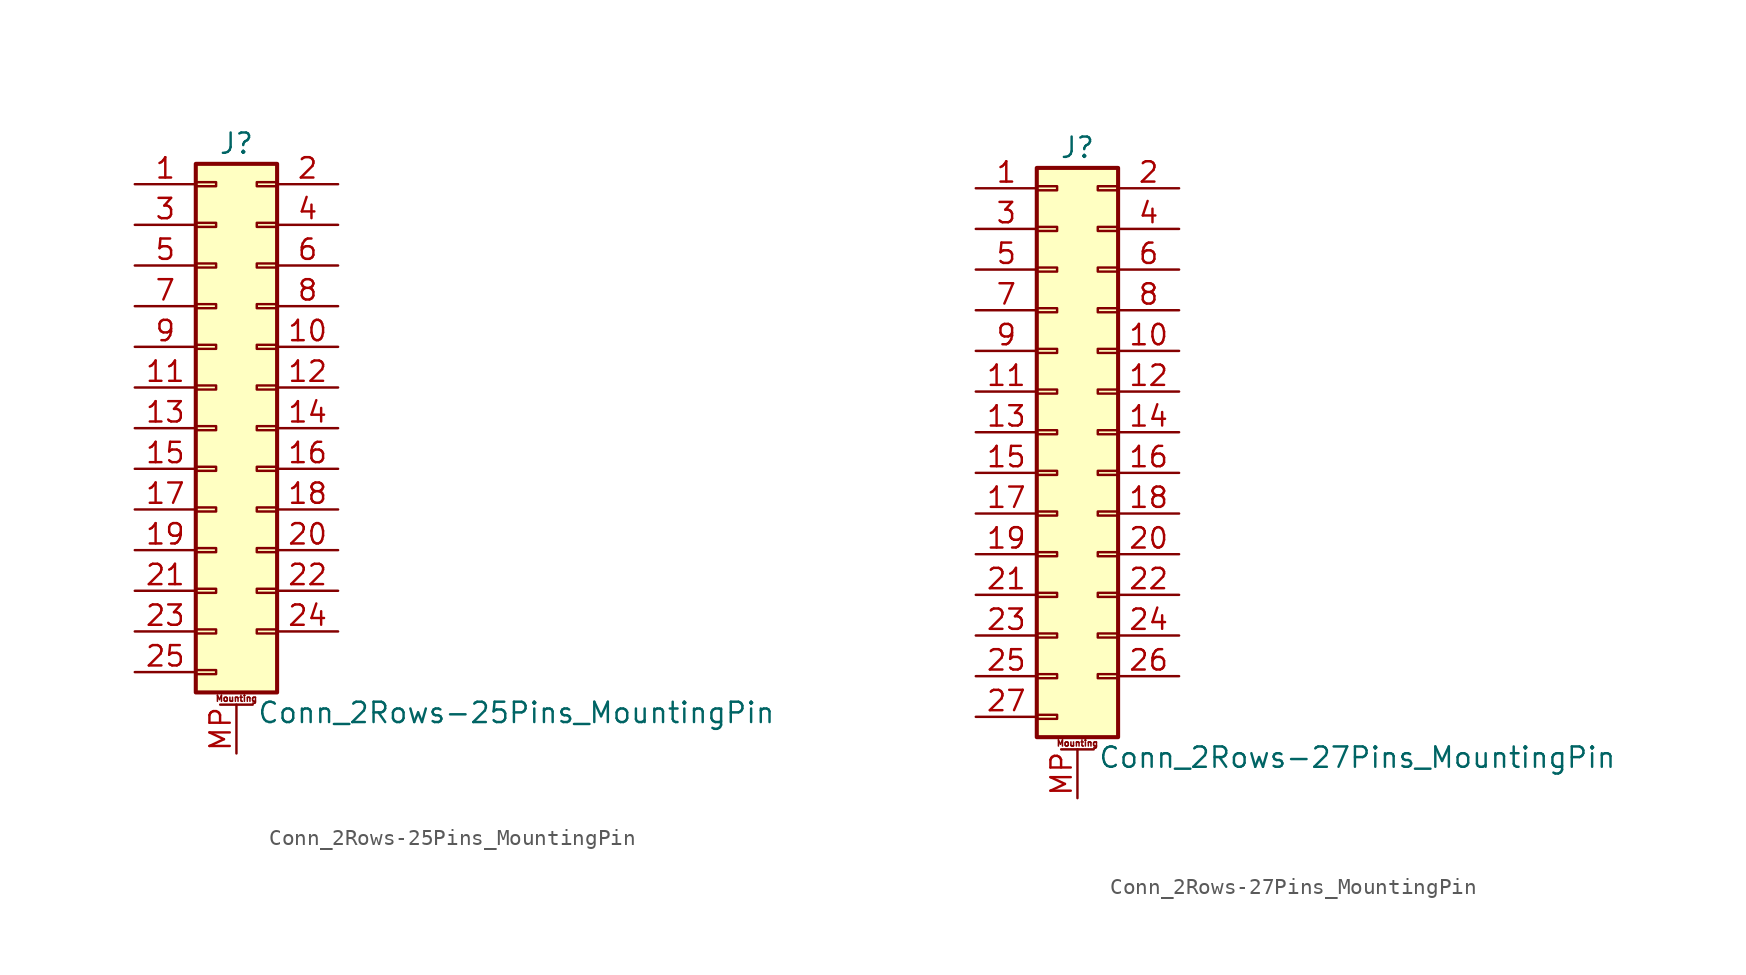
<source format=kicad_sym>
(kicad_symbol_lib
  (version 20201005)
  (generator kicad_symbol_editor)
  (symbol "Connector_Generic_MountingPin:Conn_2Rows-25Pins_MountingPin"
    (pin_names
      (offset 1.016) hide)
    (property "Reference" "J"
      (at 1.27 17.78 0)
      (effects (font (size 1.27 1.27))))
    (property "Value" "Conn_2Rows-25Pins_MountingPin"
      (at 2.54 -17.78 0)
      (effects (font (size 1.27 1.27)) (justify left)))
    (symbol "Conn_2Rows-25Pins_MountingPin_1_1"
      (text "Mounting" (at 1.27 -16.891 0) (effects (font (size 0.381 0.381))))
      (rectangle (start -1.27 -4.953) (end 0 -5.207) (stroke (width 0.152)) (fill (type none)))
      (rectangle (start -1.27 -7.493) (end 0 -7.747) (stroke (width 0.152)) (fill (type none)))
      (rectangle (start -1.27 -10.033) (end 0 -10.287) (stroke (width 0.152)) (fill (type none)))
      (rectangle (start -1.27 -12.573) (end 0 -12.827) (stroke (width 0.152)) (fill (type none)))
      (rectangle (start -1.27 -15.113) (end 0 -15.367) (stroke (width 0.152)) (fill (type none)))
      (rectangle (start -1.27 -2.413) (end 0 -2.667) (stroke (width 0.152)) (fill (type none)))
      (rectangle (start -1.27 2.667) (end 0 2.413) (stroke (width 0.152)) (fill (type none)))
      (rectangle (start -1.27 5.207) (end 0 4.953) (stroke (width 0.152)) (fill (type none)))
      (rectangle (start -1.27 7.747) (end 0 7.493) (stroke (width 0.152)) (fill (type none)))
      (rectangle (start -1.27 10.287) (end 0 10.033) (stroke (width 0.152)) (fill (type none)))
      (rectangle (start -1.27 0.127) (end 0 -0.127) (stroke (width 0.152)) (fill (type none)))
      (rectangle (start -1.27 12.827) (end 0 12.573) (stroke (width 0.152)) (fill (type none)))
      (rectangle (start -1.27 15.367) (end 0 15.113) (stroke (width 0.152)) (fill (type none)))
      (rectangle (start -1.27 16.51) (end 3.81 -16.51) (stroke (width 0.254)) (fill (type background)))
      (rectangle (start 3.81 -4.953) (end 2.54 -5.207) (stroke (width 0.152)) (fill (type none)))
      (rectangle (start 3.81 -7.493) (end 2.54 -7.747) (stroke (width 0.152)) (fill (type none)))
      (rectangle (start 3.81 -10.033) (end 2.54 -10.287) (stroke (width 0.152)) (fill (type none)))
      (rectangle (start 3.81 -12.573) (end 2.54 -12.827) (stroke (width 0.152)) (fill (type none)))
      (rectangle (start 3.81 -2.413) (end 2.54 -2.667) (stroke (width 0.152)) (fill (type none)))
      (rectangle (start 3.81 2.667) (end 2.54 2.413) (stroke (width 0.152)) (fill (type none)))
      (rectangle (start 3.81 5.207) (end 2.54 4.953) (stroke (width 0.152)) (fill (type none)))
      (rectangle (start 3.81 7.747) (end 2.54 7.493) (stroke (width 0.152)) (fill (type none)))
      (rectangle (start 3.81 10.287) (end 2.54 10.033) (stroke (width 0.152)) (fill (type none)))
      (rectangle (start 3.81 0.127) (end 2.54 -0.127) (stroke (width 0.152)) (fill (type none)))
      (rectangle (start 3.81 12.827) (end 2.54 12.573) (stroke (width 0.152)) (fill (type none)))
      (rectangle (start 3.81 15.367) (end 2.54 15.113) (stroke (width 0.152)) (fill (type none)))
      (polyline (pts (xy 0.254 -17.272) (xy 2.286 -17.272)) (stroke (width 0.152)) (fill (type none)))
      (pin passive line (at 1.27 -20.32 90) (length 3.048) (name "MountPin" (effects (font (size 1.27 1.27)))) (number "MP" (effects (font (size 1.27 1.27)))))
      (pin passive line (at -5.08 15.24 0) (length 3.81) (name "Pin_1" (effects (font (size 1.27 1.27)))) (number "1" (effects (font (size 1.27 1.27)))))
      (pin passive line (at 7.62 5.08 180) (length 3.81) (name "Pin_10" (effects (font (size 1.27 1.27)))) (number "10" (effects (font (size 1.27 1.27)))))
      (pin passive line (at -5.08 2.54 0) (length 3.81) (name "Pin_11" (effects (font (size 1.27 1.27)))) (number "11" (effects (font (size 1.27 1.27)))))
      (pin passive line (at 7.62 2.54 180) (length 3.81) (name "Pin_12" (effects (font (size 1.27 1.27)))) (number "12" (effects (font (size 1.27 1.27)))))
      (pin passive line (at -5.08 0 0) (length 3.81) (name "Pin_13" (effects (font (size 1.27 1.27)))) (number "13" (effects (font (size 1.27 1.27)))))
      (pin passive line (at 7.62 0 180) (length 3.81) (name "Pin_14" (effects (font (size 1.27 1.27)))) (number "14" (effects (font (size 1.27 1.27)))))
      (pin passive line (at -5.08 -2.54 0) (length 3.81) (name "Pin_15" (effects (font (size 1.27 1.27)))) (number "15" (effects (font (size 1.27 1.27)))))
      (pin passive line (at 7.62 -2.54 180) (length 3.81) (name "Pin_16" (effects (font (size 1.27 1.27)))) (number "16" (effects (font (size 1.27 1.27)))))
      (pin passive line (at -5.08 -5.08 0) (length 3.81) (name "Pin_17" (effects (font (size 1.27 1.27)))) (number "17" (effects (font (size 1.27 1.27)))))
      (pin passive line (at 7.62 -5.08 180) (length 3.81) (name "Pin_18" (effects (font (size 1.27 1.27)))) (number "18" (effects (font (size 1.27 1.27)))))
      (pin passive line (at -5.08 -7.62 0) (length 3.81) (name "Pin_19" (effects (font (size 1.27 1.27)))) (number "19" (effects (font (size 1.27 1.27)))))
      (pin passive line (at 7.62 15.24 180) (length 3.81) (name "Pin_2" (effects (font (size 1.27 1.27)))) (number "2" (effects (font (size 1.27 1.27)))))
      (pin passive line (at 7.62 -7.62 180) (length 3.81) (name "Pin_20" (effects (font (size 1.27 1.27)))) (number "20" (effects (font (size 1.27 1.27)))))
      (pin passive line (at -5.08 -10.16 0) (length 3.81) (name "Pin_21" (effects (font (size 1.27 1.27)))) (number "21" (effects (font (size 1.27 1.27)))))
      (pin passive line (at 7.62 -10.16 180) (length 3.81) (name "Pin_22" (effects (font (size 1.27 1.27)))) (number "22" (effects (font (size 1.27 1.27)))))
      (pin passive line (at -5.08 -12.7 0) (length 3.81) (name "Pin_23" (effects (font (size 1.27 1.27)))) (number "23" (effects (font (size 1.27 1.27)))))
      (pin passive line (at 7.62 -12.7 180) (length 3.81) (name "Pin_24" (effects (font (size 1.27 1.27)))) (number "24" (effects (font (size 1.27 1.27)))))
      (pin passive line (at -5.08 -15.24 0) (length 3.81) (name "Pin_25" (effects (font (size 1.27 1.27)))) (number "25" (effects (font (size 1.27 1.27)))))
      (pin passive line (at -5.08 12.7 0) (length 3.81) (name "Pin_3" (effects (font (size 1.27 1.27)))) (number "3" (effects (font (size 1.27 1.27)))))
      (pin passive line (at 7.62 12.7 180) (length 3.81) (name "Pin_4" (effects (font (size 1.27 1.27)))) (number "4" (effects (font (size 1.27 1.27)))))
      (pin passive line (at -5.08 10.16 0) (length 3.81) (name "Pin_5" (effects (font (size 1.27 1.27)))) (number "5" (effects (font (size 1.27 1.27)))))
      (pin passive line (at 7.62 10.16 180) (length 3.81) (name "Pin_6" (effects (font (size 1.27 1.27)))) (number "6" (effects (font (size 1.27 1.27)))))
      (pin passive line (at -5.08 7.62 0) (length 3.81) (name "Pin_7" (effects (font (size 1.27 1.27)))) (number "7" (effects (font (size 1.27 1.27)))))
      (pin passive line (at 7.62 7.62 180) (length 3.81) (name "Pin_8" (effects (font (size 1.27 1.27)))) (number "8" (effects (font (size 1.27 1.27)))))
      (pin passive line (at -5.08 5.08 0) (length 3.81) (name "Pin_9" (effects (font (size 1.27 1.27)))) (number "9" (effects (font (size 1.27 1.27)))))))
  (symbol "Connector_Generic_MountingPin:Conn_2Rows-27Pins_MountingPin"
    (pin_names
      (offset 1.016) hide)
    (property "Reference" "J"
      (at 1.27 17.78 0)
      (effects (font (size 1.27 1.27))))
    (property "Value" "Conn_2Rows-27Pins_MountingPin"
      (at 2.54 -20.32 0)
      (effects (font (size 1.27 1.27)) (justify left)))
    (symbol "Conn_2Rows-27Pins_MountingPin_1_1"
      (text "Mounting" (at 1.27 -19.431 0) (effects (font (size 0.381 0.381))))
      (rectangle (start -1.27 -4.953) (end 0 -5.207) (stroke (width 0.152)) (fill (type none)))
      (rectangle (start -1.27 -7.493) (end 0 -7.747) (stroke (width 0.152)) (fill (type none)))
      (rectangle (start -1.27 -10.033) (end 0 -10.287) (stroke (width 0.152)) (fill (type none)))
      (rectangle (start -1.27 -12.573) (end 0 -12.827) (stroke (width 0.152)) (fill (type none)))
      (rectangle (start -1.27 -15.113) (end 0 -15.367) (stroke (width 0.152)) (fill (type none)))
      (rectangle (start -1.27 -17.653) (end 0 -17.907) (stroke (width 0.152)) (fill (type none)))
      (rectangle (start -1.27 -2.413) (end 0 -2.667) (stroke (width 0.152)) (fill (type none)))
      (rectangle (start -1.27 2.667) (end 0 2.413) (stroke (width 0.152)) (fill (type none)))
      (rectangle (start -1.27 5.207) (end 0 4.953) (stroke (width 0.152)) (fill (type none)))
      (rectangle (start -1.27 7.747) (end 0 7.493) (stroke (width 0.152)) (fill (type none)))
      (rectangle (start -1.27 10.287) (end 0 10.033) (stroke (width 0.152)) (fill (type none)))
      (rectangle (start -1.27 0.127) (end 0 -0.127) (stroke (width 0.152)) (fill (type none)))
      (rectangle (start -1.27 12.827) (end 0 12.573) (stroke (width 0.152)) (fill (type none)))
      (rectangle (start -1.27 15.367) (end 0 15.113) (stroke (width 0.152)) (fill (type none)))
      (rectangle (start -1.27 16.51) (end 3.81 -19.05) (stroke (width 0.254)) (fill (type background)))
      (rectangle (start 3.81 -4.953) (end 2.54 -5.207) (stroke (width 0.152)) (fill (type none)))
      (rectangle (start 3.81 -7.493) (end 2.54 -7.747) (stroke (width 0.152)) (fill (type none)))
      (rectangle (start 3.81 -10.033) (end 2.54 -10.287) (stroke (width 0.152)) (fill (type none)))
      (rectangle (start 3.81 -12.573) (end 2.54 -12.827) (stroke (width 0.152)) (fill (type none)))
      (rectangle (start 3.81 -15.113) (end 2.54 -15.367) (stroke (width 0.152)) (fill (type none)))
      (rectangle (start 3.81 -2.413) (end 2.54 -2.667) (stroke (width 0.152)) (fill (type none)))
      (rectangle (start 3.81 2.667) (end 2.54 2.413) (stroke (width 0.152)) (fill (type none)))
      (rectangle (start 3.81 5.207) (end 2.54 4.953) (stroke (width 0.152)) (fill (type none)))
      (rectangle (start 3.81 7.747) (end 2.54 7.493) (stroke (width 0.152)) (fill (type none)))
      (rectangle (start 3.81 10.287) (end 2.54 10.033) (stroke (width 0.152)) (fill (type none)))
      (rectangle (start 3.81 0.127) (end 2.54 -0.127) (stroke (width 0.152)) (fill (type none)))
      (rectangle (start 3.81 12.827) (end 2.54 12.573) (stroke (width 0.152)) (fill (type none)))
      (rectangle (start 3.81 15.367) (end 2.54 15.113) (stroke (width 0.152)) (fill (type none)))
      (polyline (pts (xy 0.254 -19.812) (xy 2.286 -19.812)) (stroke (width 0.152)) (fill (type none)))
      (pin passive line (at 1.27 -22.86 90) (length 3.048) (name "MountPin" (effects (font (size 1.27 1.27)))) (number "MP" (effects (font (size 1.27 1.27)))))
      (pin passive line (at -5.08 15.24 0) (length 3.81) (name "Pin_1" (effects (font (size 1.27 1.27)))) (number "1" (effects (font (size 1.27 1.27)))))
      (pin passive line (at 7.62 5.08 180) (length 3.81) (name "Pin_10" (effects (font (size 1.27 1.27)))) (number "10" (effects (font (size 1.27 1.27)))))
      (pin passive line (at -5.08 2.54 0) (length 3.81) (name "Pin_11" (effects (font (size 1.27 1.27)))) (number "11" (effects (font (size 1.27 1.27)))))
      (pin passive line (at 7.62 2.54 180) (length 3.81) (name "Pin_12" (effects (font (size 1.27 1.27)))) (number "12" (effects (font (size 1.27 1.27)))))
      (pin passive line (at -5.08 0 0) (length 3.81) (name "Pin_13" (effects (font (size 1.27 1.27)))) (number "13" (effects (font (size 1.27 1.27)))))
      (pin passive line (at 7.62 0 180) (length 3.81) (name "Pin_14" (effects (font (size 1.27 1.27)))) (number "14" (effects (font (size 1.27 1.27)))))
      (pin passive line (at -5.08 -2.54 0) (length 3.81) (name "Pin_15" (effects (font (size 1.27 1.27)))) (number "15" (effects (font (size 1.27 1.27)))))
      (pin passive line (at 7.62 -2.54 180) (length 3.81) (name "Pin_16" (effects (font (size 1.27 1.27)))) (number "16" (effects (font (size 1.27 1.27)))))
      (pin passive line (at -5.08 -5.08 0) (length 3.81) (name "Pin_17" (effects (font (size 1.27 1.27)))) (number "17" (effects (font (size 1.27 1.27)))))
      (pin passive line (at 7.62 -5.08 180) (length 3.81) (name "Pin_18" (effects (font (size 1.27 1.27)))) (number "18" (effects (font (size 1.27 1.27)))))
      (pin passive line (at -5.08 -7.62 0) (length 3.81) (name "Pin_19" (effects (font (size 1.27 1.27)))) (number "19" (effects (font (size 1.27 1.27)))))
      (pin passive line (at 7.62 15.24 180) (length 3.81) (name "Pin_2" (effects (font (size 1.27 1.27)))) (number "2" (effects (font (size 1.27 1.27)))))
      (pin passive line (at 7.62 -7.62 180) (length 3.81) (name "Pin_20" (effects (font (size 1.27 1.27)))) (number "20" (effects (font (size 1.27 1.27)))))
      (pin passive line (at -5.08 -10.16 0) (length 3.81) (name "Pin_21" (effects (font (size 1.27 1.27)))) (number "21" (effects (font (size 1.27 1.27)))))
      (pin passive line (at 7.62 -10.16 180) (length 3.81) (name "Pin_22" (effects (font (size 1.27 1.27)))) (number "22" (effects (font (size 1.27 1.27)))))
      (pin passive line (at -5.08 -12.7 0) (length 3.81) (name "Pin_23" (effects (font (size 1.27 1.27)))) (number "23" (effects (font (size 1.27 1.27)))))
      (pin passive line (at 7.62 -12.7 180) (length 3.81) (name "Pin_24" (effects (font (size 1.27 1.27)))) (number "24" (effects (font (size 1.27 1.27)))))
      (pin passive line (at -5.08 -15.24 0) (length 3.81) (name "Pin_25" (effects (font (size 1.27 1.27)))) (number "25" (effects (font (size 1.27 1.27)))))
      (pin passive line (at 7.62 -15.24 180) (length 3.81) (name "Pin_26" (effects (font (size 1.27 1.27)))) (number "26" (effects (font (size 1.27 1.27)))))
      (pin passive line (at -5.08 -17.78 0) (length 3.81) (name "Pin_27" (effects (font (size 1.27 1.27)))) (number "27" (effects (font (size 1.27 1.27)))))
      (pin passive line (at -5.08 12.7 0) (length 3.81) (name "Pin_3" (effects (font (size 1.27 1.27)))) (number "3" (effects (font (size 1.27 1.27)))))
      (pin passive line (at 7.62 12.7 180) (length 3.81) (name "Pin_4" (effects (font (size 1.27 1.27)))) (number "4" (effects (font (size 1.27 1.27)))))
      (pin passive line (at -5.08 10.16 0) (length 3.81) (name "Pin_5" (effects (font (size 1.27 1.27)))) (number "5" (effects (font (size 1.27 1.27)))))
      (pin passive line (at 7.62 10.16 180) (length 3.81) (name "Pin_6" (effects (font (size 1.27 1.27)))) (number "6" (effects (font (size 1.27 1.27)))))
      (pin passive line (at -5.08 7.62 0) (length 3.81) (name "Pin_7" (effects (font (size 1.27 1.27)))) (number "7" (effects (font (size 1.27 1.27)))))
      (pin passive line (at 7.62 7.62 180) (length 3.81) (name "Pin_8" (effects (font (size 1.27 1.27)))) (number "8" (effects (font (size 1.27 1.27)))))
      (pin passive line (at -5.08 5.08 0) (length 3.81) (name "Pin_9" (effects (font (size 1.27 1.27)))) (number "9" (effects (font (size 1.27 1.27))))))))
</source>
